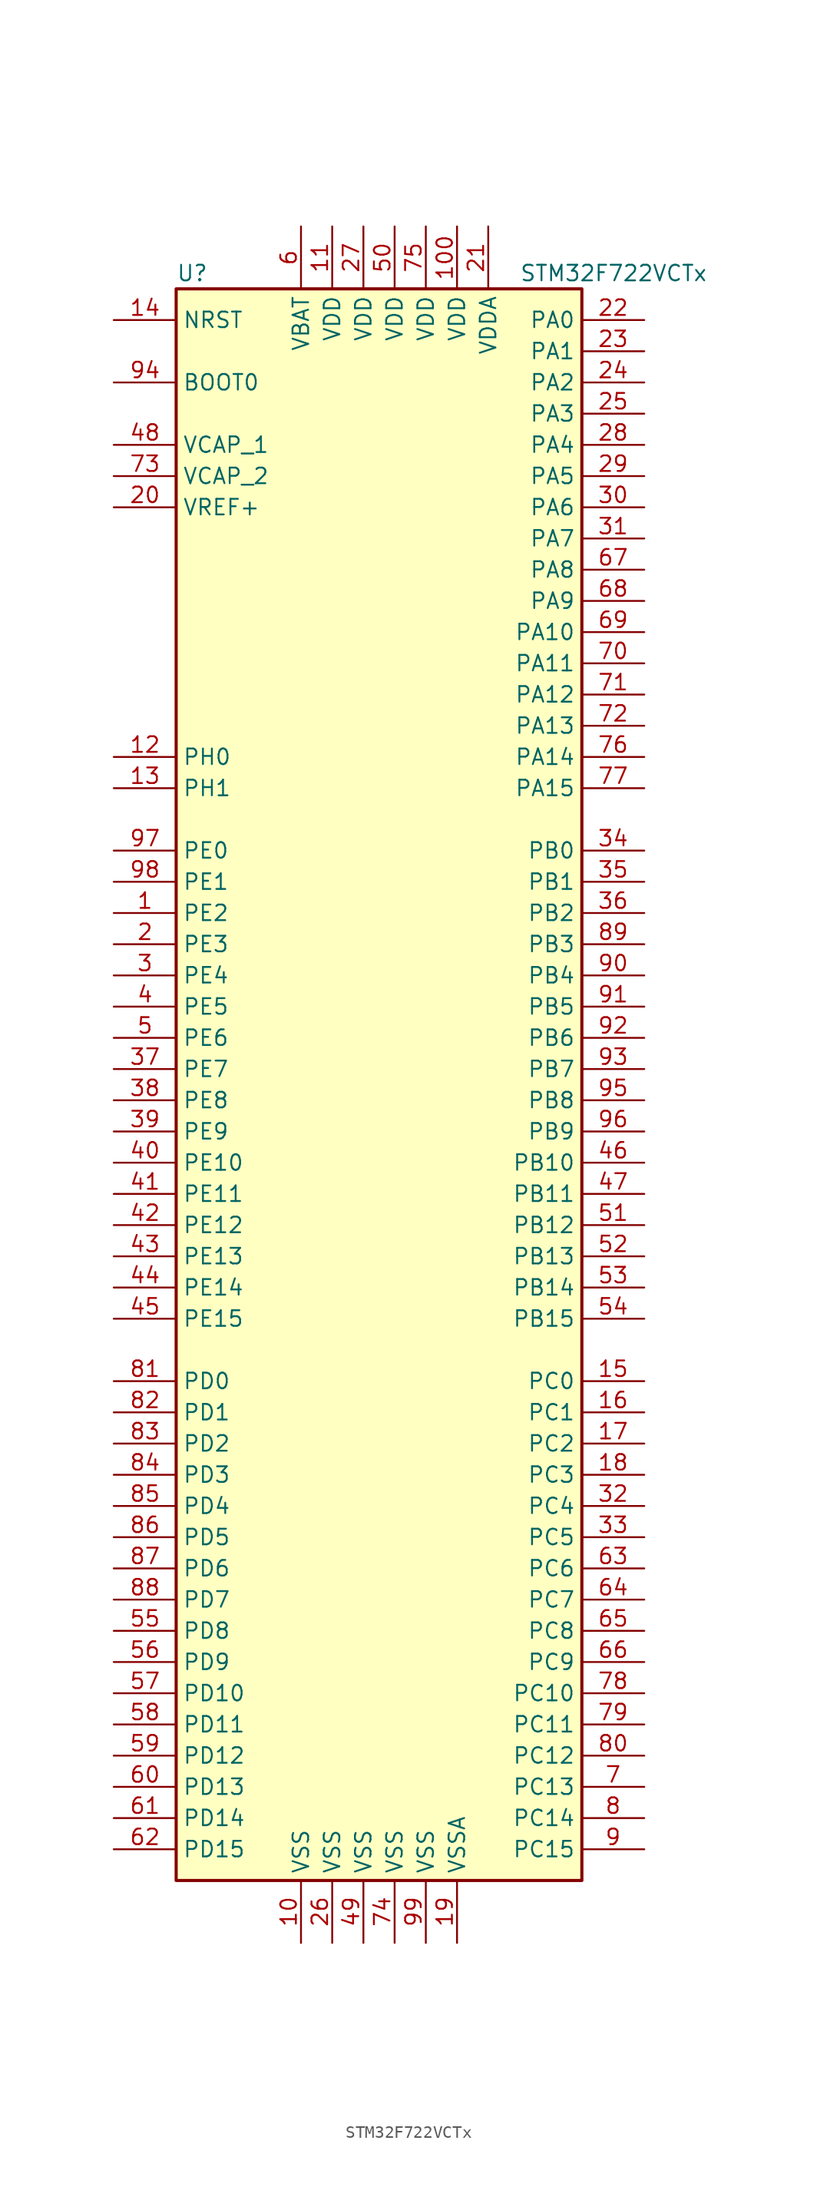
<source format=kicad_sym>
(kicad_symbol_lib
  (version 20220914)
  (generator kicad_symbol_editor)
  (symbol "STM32F722VCTx"
    (property "Reference" "U"
      (at -17.78 64.77 0)
      (effects (font (size 1.27 1.27)) (justify left)))
    (property "Value" "STM32F722VCTx"
      (at 10.16 64.77 0)
      (effects (font (size 1.27 1.27)) (justify left)))
    (symbol "STM32F722VCTx_0_1"
      (rectangle (start -17.78 -66.04) (end 15.24 63.5) (stroke (width 0.254) (type default)) (fill (type background))))
    (symbol "STM32F722VCTx_1_1"
      (pin bidirectional line (at -22.86 12.7 0) (length 5.08) (name "PE2" (effects (font (size 1.27 1.27)))) (number "1" (effects (font (size 1.27 1.27)))))
      (pin power_in line (at -7.62 -71.12 90) (length 5.08) (name "VSS" (effects (font (size 1.27 1.27)))) (number "10" (effects (font (size 1.27 1.27)))))
      (pin power_in line (at 5.08 68.58 270) (length 5.08) (name "VDD" (effects (font (size 1.27 1.27)))) (number "100" (effects (font (size 1.27 1.27)))))
      (pin power_in line (at -5.08 68.58 270) (length 5.08) (name "VDD" (effects (font (size 1.27 1.27)))) (number "11" (effects (font (size 1.27 1.27)))))
      (pin input line (at -22.86 25.4 0) (length 5.08) (name "PH0" (effects (font (size 1.27 1.27)))) (number "12" (effects (font (size 1.27 1.27)))))
      (pin input line (at -22.86 22.86 0) (length 5.08) (name "PH1" (effects (font (size 1.27 1.27)))) (number "13" (effects (font (size 1.27 1.27)))))
      (pin input line (at -22.86 60.96 0) (length 5.08) (name "NRST" (effects (font (size 1.27 1.27)))) (number "14" (effects (font (size 1.27 1.27)))))
      (pin bidirectional line (at 20.32 -25.4 180) (length 5.08) (name "PC0" (effects (font (size 1.27 1.27)))) (number "15" (effects (font (size 1.27 1.27)))))
      (pin bidirectional line (at 20.32 -27.94 180) (length 5.08) (name "PC1" (effects (font (size 1.27 1.27)))) (number "16" (effects (font (size 1.27 1.27)))))
      (pin bidirectional line (at 20.32 -30.48 180) (length 5.08) (name "PC2" (effects (font (size 1.27 1.27)))) (number "17" (effects (font (size 1.27 1.27)))))
      (pin bidirectional line (at 20.32 -33.02 180) (length 5.08) (name "PC3" (effects (font (size 1.27 1.27)))) (number "18" (effects (font (size 1.27 1.27)))))
      (pin power_in line (at 5.08 -71.12 90) (length 5.08) (name "VSSA" (effects (font (size 1.27 1.27)))) (number "19" (effects (font (size 1.27 1.27)))))
      (pin bidirectional line (at -22.86 10.16 0) (length 5.08) (name "PE3" (effects (font (size 1.27 1.27)))) (number "2" (effects (font (size 1.27 1.27)))))
      (pin power_in line (at -22.86 45.72 0) (length 5.08) (name "VREF+" (effects (font (size 1.27 1.27)))) (number "20" (effects (font (size 1.27 1.27)))))
      (pin power_in line (at 7.62 68.58 270) (length 5.08) (name "VDDA" (effects (font (size 1.27 1.27)))) (number "21" (effects (font (size 1.27 1.27)))))
      (pin bidirectional line (at 20.32 60.96 180) (length 5.08) (name "PA0" (effects (font (size 1.27 1.27)))) (number "22" (effects (font (size 1.27 1.27)))))
      (pin bidirectional line (at 20.32 58.42 180) (length 5.08) (name "PA1" (effects (font (size 1.27 1.27)))) (number "23" (effects (font (size 1.27 1.27)))))
      (pin bidirectional line (at 20.32 55.88 180) (length 5.08) (name "PA2" (effects (font (size 1.27 1.27)))) (number "24" (effects (font (size 1.27 1.27)))))
      (pin bidirectional line (at 20.32 53.34 180) (length 5.08) (name "PA3" (effects (font (size 1.27 1.27)))) (number "25" (effects (font (size 1.27 1.27)))))
      (pin power_in line (at -5.08 -71.12 90) (length 5.08) (name "VSS" (effects (font (size 1.27 1.27)))) (number "26" (effects (font (size 1.27 1.27)))))
      (pin power_in line (at -2.54 68.58 270) (length 5.08) (name "VDD" (effects (font (size 1.27 1.27)))) (number "27" (effects (font (size 1.27 1.27)))))
      (pin bidirectional line (at 20.32 50.8 180) (length 5.08) (name "PA4" (effects (font (size 1.27 1.27)))) (number "28" (effects (font (size 1.27 1.27)))))
      (pin bidirectional line (at 20.32 48.26 180) (length 5.08) (name "PA5" (effects (font (size 1.27 1.27)))) (number "29" (effects (font (size 1.27 1.27)))))
      (pin bidirectional line (at -22.86 7.62 0) (length 5.08) (name "PE4" (effects (font (size 1.27 1.27)))) (number "3" (effects (font (size 1.27 1.27)))))
      (pin bidirectional line (at 20.32 45.72 180) (length 5.08) (name "PA6" (effects (font (size 1.27 1.27)))) (number "30" (effects (font (size 1.27 1.27)))))
      (pin bidirectional line (at 20.32 43.18 180) (length 5.08) (name "PA7" (effects (font (size 1.27 1.27)))) (number "31" (effects (font (size 1.27 1.27)))))
      (pin bidirectional line (at 20.32 -35.56 180) (length 5.08) (name "PC4" (effects (font (size 1.27 1.27)))) (number "32" (effects (font (size 1.27 1.27)))))
      (pin bidirectional line (at 20.32 -38.1 180) (length 5.08) (name "PC5" (effects (font (size 1.27 1.27)))) (number "33" (effects (font (size 1.27 1.27)))))
      (pin bidirectional line (at 20.32 17.78 180) (length 5.08) (name "PB0" (effects (font (size 1.27 1.27)))) (number "34" (effects (font (size 1.27 1.27)))))
      (pin bidirectional line (at 20.32 15.24 180) (length 5.08) (name "PB1" (effects (font (size 1.27 1.27)))) (number "35" (effects (font (size 1.27 1.27)))))
      (pin bidirectional line (at 20.32 12.7 180) (length 5.08) (name "PB2" (effects (font (size 1.27 1.27)))) (number "36" (effects (font (size 1.27 1.27)))))
      (pin bidirectional line (at -22.86 0 0) (length 5.08) (name "PE7" (effects (font (size 1.27 1.27)))) (number "37" (effects (font (size 1.27 1.27)))))
      (pin bidirectional line (at -22.86 -2.54 0) (length 5.08) (name "PE8" (effects (font (size 1.27 1.27)))) (number "38" (effects (font (size 1.27 1.27)))))
      (pin bidirectional line (at -22.86 -5.08 0) (length 5.08) (name "PE9" (effects (font (size 1.27 1.27)))) (number "39" (effects (font (size 1.27 1.27)))))
      (pin bidirectional line (at -22.86 5.08 0) (length 5.08) (name "PE5" (effects (font (size 1.27 1.27)))) (number "4" (effects (font (size 1.27 1.27)))))
      (pin bidirectional line (at -22.86 -7.62 0) (length 5.08) (name "PE10" (effects (font (size 1.27 1.27)))) (number "40" (effects (font (size 1.27 1.27)))))
      (pin bidirectional line (at -22.86 -10.16 0) (length 5.08) (name "PE11" (effects (font (size 1.27 1.27)))) (number "41" (effects (font (size 1.27 1.27)))))
      (pin bidirectional line (at -22.86 -12.7 0) (length 5.08) (name "PE12" (effects (font (size 1.27 1.27)))) (number "42" (effects (font (size 1.27 1.27)))))
      (pin bidirectional line (at -22.86 -15.24 0) (length 5.08) (name "PE13" (effects (font (size 1.27 1.27)))) (number "43" (effects (font (size 1.27 1.27)))))
      (pin bidirectional line (at -22.86 -17.78 0) (length 5.08) (name "PE14" (effects (font (size 1.27 1.27)))) (number "44" (effects (font (size 1.27 1.27)))))
      (pin bidirectional line (at -22.86 -20.32 0) (length 5.08) (name "PE15" (effects (font (size 1.27 1.27)))) (number "45" (effects (font (size 1.27 1.27)))))
      (pin bidirectional line (at 20.32 -7.62 180) (length 5.08) (name "PB10" (effects (font (size 1.27 1.27)))) (number "46" (effects (font (size 1.27 1.27)))))
      (pin bidirectional line (at 20.32 -10.16 180) (length 5.08) (name "PB11" (effects (font (size 1.27 1.27)))) (number "47" (effects (font (size 1.27 1.27)))))
      (pin power_in line (at -22.86 50.8 0) (length 5.08) (name "VCAP_1" (effects (font (size 1.27 1.27)))) (number "48" (effects (font (size 1.27 1.27)))))
      (pin power_in line (at -2.54 -71.12 90) (length 5.08) (name "VSS" (effects (font (size 1.27 1.27)))) (number "49" (effects (font (size 1.27 1.27)))))
      (pin bidirectional line (at -22.86 2.54 0) (length 5.08) (name "PE6" (effects (font (size 1.27 1.27)))) (number "5" (effects (font (size 1.27 1.27)))))
      (pin power_in line (at 0 68.58 270) (length 5.08) (name "VDD" (effects (font (size 1.27 1.27)))) (number "50" (effects (font (size 1.27 1.27)))))
      (pin bidirectional line (at 20.32 -12.7 180) (length 5.08) (name "PB12" (effects (font (size 1.27 1.27)))) (number "51" (effects (font (size 1.27 1.27)))))
      (pin bidirectional line (at 20.32 -15.24 180) (length 5.08) (name "PB13" (effects (font (size 1.27 1.27)))) (number "52" (effects (font (size 1.27 1.27)))))
      (pin bidirectional line (at 20.32 -17.78 180) (length 5.08) (name "PB14" (effects (font (size 1.27 1.27)))) (number "53" (effects (font (size 1.27 1.27)))))
      (pin bidirectional line (at 20.32 -20.32 180) (length 5.08) (name "PB15" (effects (font (size 1.27 1.27)))) (number "54" (effects (font (size 1.27 1.27)))))
      (pin bidirectional line (at -22.86 -45.72 0) (length 5.08) (name "PD8" (effects (font (size 1.27 1.27)))) (number "55" (effects (font (size 1.27 1.27)))))
      (pin bidirectional line (at -22.86 -48.26 0) (length 5.08) (name "PD9" (effects (font (size 1.27 1.27)))) (number "56" (effects (font (size 1.27 1.27)))))
      (pin bidirectional line (at -22.86 -50.8 0) (length 5.08) (name "PD10" (effects (font (size 1.27 1.27)))) (number "57" (effects (font (size 1.27 1.27)))))
      (pin bidirectional line (at -22.86 -53.34 0) (length 5.08) (name "PD11" (effects (font (size 1.27 1.27)))) (number "58" (effects (font (size 1.27 1.27)))))
      (pin bidirectional line (at -22.86 -55.88 0) (length 5.08) (name "PD12" (effects (font (size 1.27 1.27)))) (number "59" (effects (font (size 1.27 1.27)))))
      (pin power_in line (at -7.62 68.58 270) (length 5.08) (name "VBAT" (effects (font (size 1.27 1.27)))) (number "6" (effects (font (size 1.27 1.27)))))
      (pin bidirectional line (at -22.86 -58.42 0) (length 5.08) (name "PD13" (effects (font (size 1.27 1.27)))) (number "60" (effects (font (size 1.27 1.27)))))
      (pin bidirectional line (at -22.86 -60.96 0) (length 5.08) (name "PD14" (effects (font (size 1.27 1.27)))) (number "61" (effects (font (size 1.27 1.27)))))
      (pin bidirectional line (at -22.86 -63.5 0) (length 5.08) (name "PD15" (effects (font (size 1.27 1.27)))) (number "62" (effects (font (size 1.27 1.27)))))
      (pin bidirectional line (at 20.32 -40.64 180) (length 5.08) (name "PC6" (effects (font (size 1.27 1.27)))) (number "63" (effects (font (size 1.27 1.27)))))
      (pin bidirectional line (at 20.32 -43.18 180) (length 5.08) (name "PC7" (effects (font (size 1.27 1.27)))) (number "64" (effects (font (size 1.27 1.27)))))
      (pin bidirectional line (at 20.32 -45.72 180) (length 5.08) (name "PC8" (effects (font (size 1.27 1.27)))) (number "65" (effects (font (size 1.27 1.27)))))
      (pin bidirectional line (at 20.32 -48.26 180) (length 5.08) (name "PC9" (effects (font (size 1.27 1.27)))) (number "66" (effects (font (size 1.27 1.27)))))
      (pin bidirectional line (at 20.32 40.64 180) (length 5.08) (name "PA8" (effects (font (size 1.27 1.27)))) (number "67" (effects (font (size 1.27 1.27)))))
      (pin bidirectional line (at 20.32 38.1 180) (length 5.08) (name "PA9" (effects (font (size 1.27 1.27)))) (number "68" (effects (font (size 1.27 1.27)))))
      (pin bidirectional line (at 20.32 35.56 180) (length 5.08) (name "PA10" (effects (font (size 1.27 1.27)))) (number "69" (effects (font (size 1.27 1.27)))))
      (pin bidirectional line (at 20.32 -58.42 180) (length 5.08) (name "PC13" (effects (font (size 1.27 1.27)))) (number "7" (effects (font (size 1.27 1.27)))))
      (pin bidirectional line (at 20.32 33.02 180) (length 5.08) (name "PA11" (effects (font (size 1.27 1.27)))) (number "70" (effects (font (size 1.27 1.27)))))
      (pin bidirectional line (at 20.32 30.48 180) (length 5.08) (name "PA12" (effects (font (size 1.27 1.27)))) (number "71" (effects (font (size 1.27 1.27)))))
      (pin bidirectional line (at 20.32 27.94 180) (length 5.08) (name "PA13" (effects (font (size 1.27 1.27)))) (number "72" (effects (font (size 1.27 1.27)))))
      (pin power_in line (at -22.86 48.26 0) (length 5.08) (name "VCAP_2" (effects (font (size 1.27 1.27)))) (number "73" (effects (font (size 1.27 1.27)))))
      (pin power_in line (at 0 -71.12 90) (length 5.08) (name "VSS" (effects (font (size 1.27 1.27)))) (number "74" (effects (font (size 1.27 1.27)))))
      (pin power_in line (at 2.54 68.58 270) (length 5.08) (name "VDD" (effects (font (size 1.27 1.27)))) (number "75" (effects (font (size 1.27 1.27)))))
      (pin bidirectional line (at 20.32 25.4 180) (length 5.08) (name "PA14" (effects (font (size 1.27 1.27)))) (number "76" (effects (font (size 1.27 1.27)))))
      (pin bidirectional line (at 20.32 22.86 180) (length 5.08) (name "PA15" (effects (font (size 1.27 1.27)))) (number "77" (effects (font (size 1.27 1.27)))))
      (pin bidirectional line (at 20.32 -50.8 180) (length 5.08) (name "PC10" (effects (font (size 1.27 1.27)))) (number "78" (effects (font (size 1.27 1.27)))))
      (pin bidirectional line (at 20.32 -53.34 180) (length 5.08) (name "PC11" (effects (font (size 1.27 1.27)))) (number "79" (effects (font (size 1.27 1.27)))))
      (pin bidirectional line (at 20.32 -60.96 180) (length 5.08) (name "PC14" (effects (font (size 1.27 1.27)))) (number "8" (effects (font (size 1.27 1.27)))))
      (pin bidirectional line (at 20.32 -55.88 180) (length 5.08) (name "PC12" (effects (font (size 1.27 1.27)))) (number "80" (effects (font (size 1.27 1.27)))))
      (pin bidirectional line (at -22.86 -25.4 0) (length 5.08) (name "PD0" (effects (font (size 1.27 1.27)))) (number "81" (effects (font (size 1.27 1.27)))))
      (pin bidirectional line (at -22.86 -27.94 0) (length 5.08) (name "PD1" (effects (font (size 1.27 1.27)))) (number "82" (effects (font (size 1.27 1.27)))))
      (pin bidirectional line (at -22.86 -30.48 0) (length 5.08) (name "PD2" (effects (font (size 1.27 1.27)))) (number "83" (effects (font (size 1.27 1.27)))))
      (pin bidirectional line (at -22.86 -33.02 0) (length 5.08) (name "PD3" (effects (font (size 1.27 1.27)))) (number "84" (effects (font (size 1.27 1.27)))))
      (pin bidirectional line (at -22.86 -35.56 0) (length 5.08) (name "PD4" (effects (font (size 1.27 1.27)))) (number "85" (effects (font (size 1.27 1.27)))))
      (pin bidirectional line (at -22.86 -38.1 0) (length 5.08) (name "PD5" (effects (font (size 1.27 1.27)))) (number "86" (effects (font (size 1.27 1.27)))))
      (pin bidirectional line (at -22.86 -40.64 0) (length 5.08) (name "PD6" (effects (font (size 1.27 1.27)))) (number "87" (effects (font (size 1.27 1.27)))))
      (pin bidirectional line (at -22.86 -43.18 0) (length 5.08) (name "PD7" (effects (font (size 1.27 1.27)))) (number "88" (effects (font (size 1.27 1.27)))))
      (pin bidirectional line (at 20.32 10.16 180) (length 5.08) (name "PB3" (effects (font (size 1.27 1.27)))) (number "89" (effects (font (size 1.27 1.27)))))
      (pin bidirectional line (at 20.32 -63.5 180) (length 5.08) (name "PC15" (effects (font (size 1.27 1.27)))) (number "9" (effects (font (size 1.27 1.27)))))
      (pin bidirectional line (at 20.32 7.62 180) (length 5.08) (name "PB4" (effects (font (size 1.27 1.27)))) (number "90" (effects (font (size 1.27 1.27)))))
      (pin bidirectional line (at 20.32 5.08 180) (length 5.08) (name "PB5" (effects (font (size 1.27 1.27)))) (number "91" (effects (font (size 1.27 1.27)))))
      (pin bidirectional line (at 20.32 2.54 180) (length 5.08) (name "PB6" (effects (font (size 1.27 1.27)))) (number "92" (effects (font (size 1.27 1.27)))))
      (pin bidirectional line (at 20.32 0 180) (length 5.08) (name "PB7" (effects (font (size 1.27 1.27)))) (number "93" (effects (font (size 1.27 1.27)))))
      (pin input line (at -22.86 55.88 0) (length 5.08) (name "BOOT0" (effects (font (size 1.27 1.27)))) (number "94" (effects (font (size 1.27 1.27)))))
      (pin bidirectional line (at 20.32 -2.54 180) (length 5.08) (name "PB8" (effects (font (size 1.27 1.27)))) (number "95" (effects (font (size 1.27 1.27)))))
      (pin bidirectional line (at 20.32 -5.08 180) (length 5.08) (name "PB9" (effects (font (size 1.27 1.27)))) (number "96" (effects (font (size 1.27 1.27)))))
      (pin bidirectional line (at -22.86 17.78 0) (length 5.08) (name "PE0" (effects (font (size 1.27 1.27)))) (number "97" (effects (font (size 1.27 1.27)))))
      (pin bidirectional line (at -22.86 15.24 0) (length 5.08) (name "PE1" (effects (font (size 1.27 1.27)))) (number "98" (effects (font (size 1.27 1.27)))))
      (pin power_in line (at 2.54 -71.12 90) (length 5.08) (name "VSS" (effects (font (size 1.27 1.27)))) (number "99" (effects (font (size 1.27 1.27))))))))
</source>
